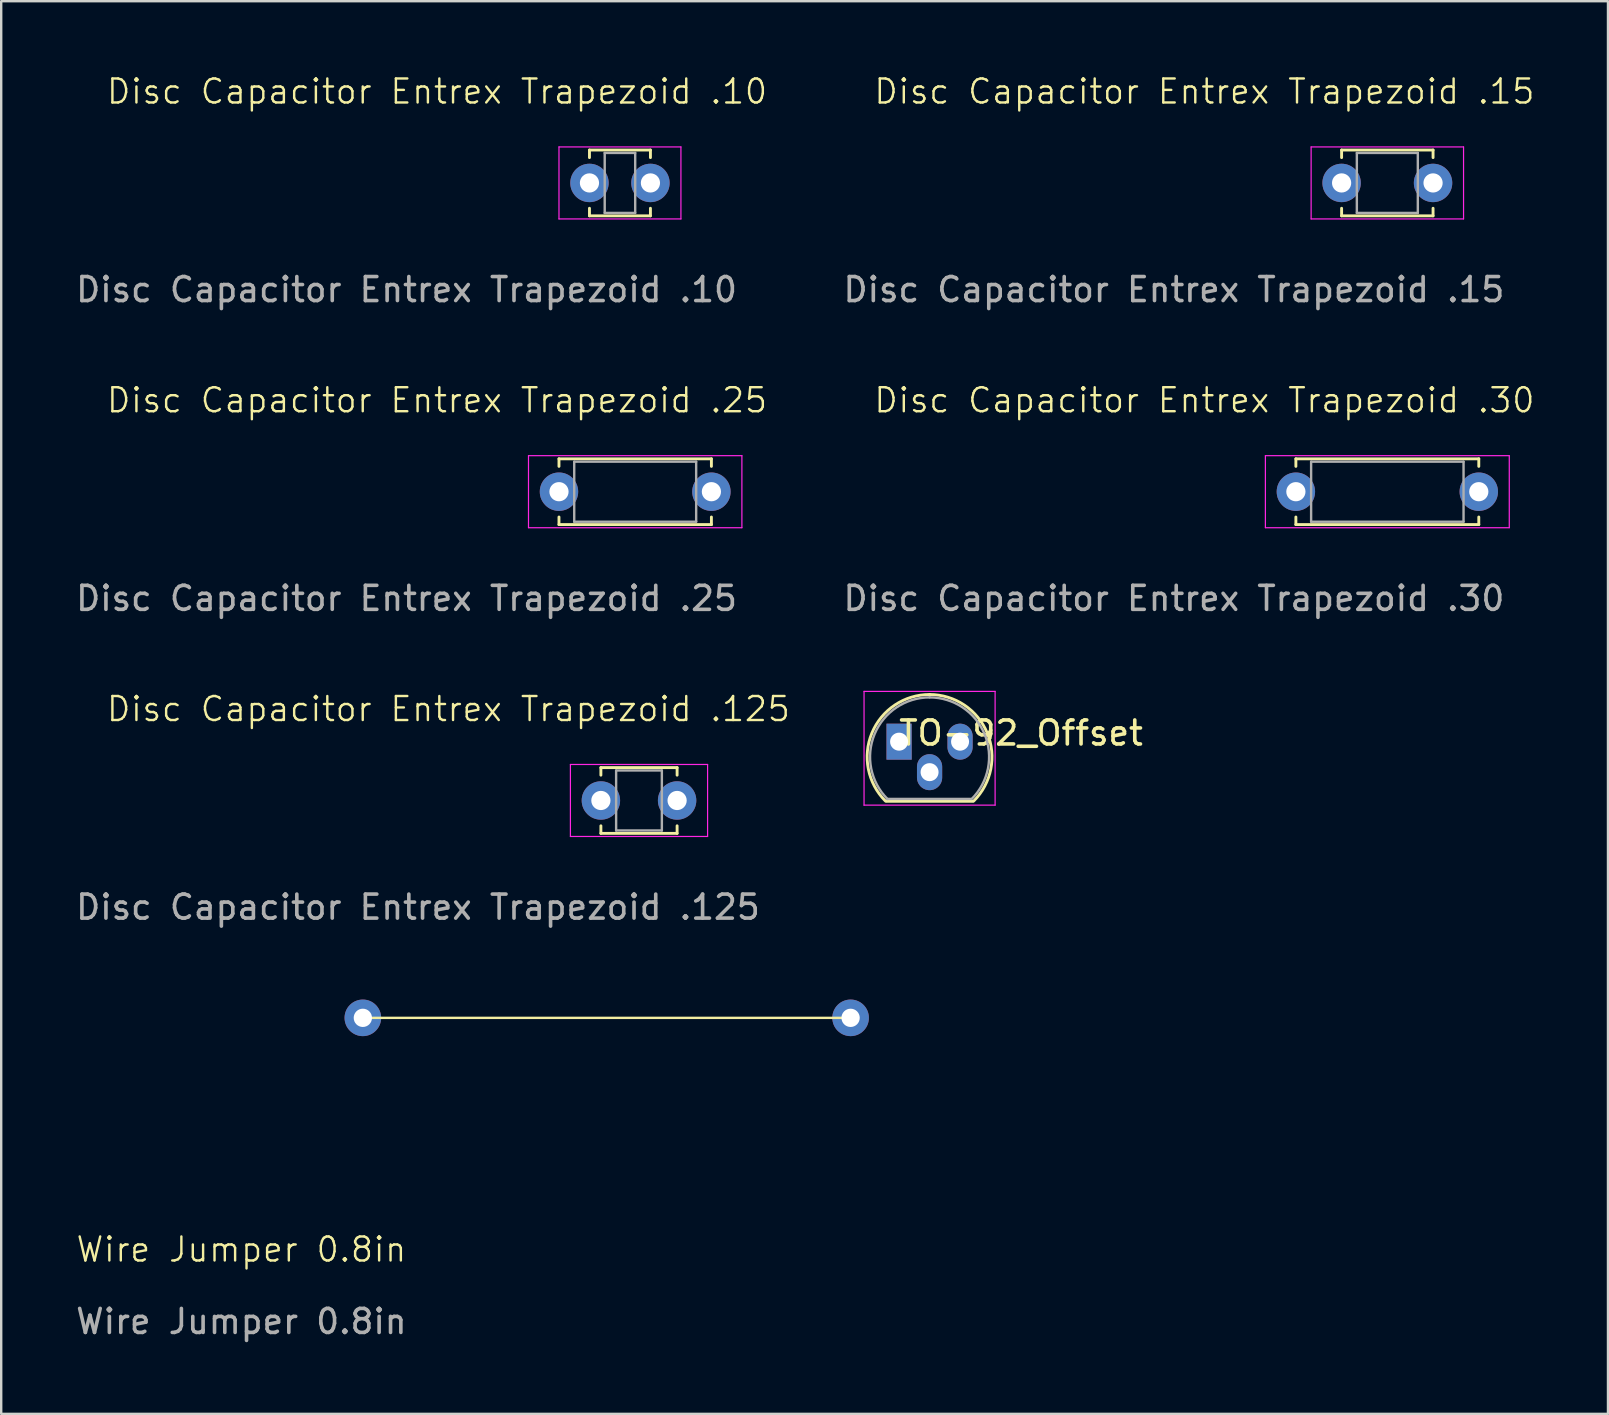
<source format=kicad_pcb>
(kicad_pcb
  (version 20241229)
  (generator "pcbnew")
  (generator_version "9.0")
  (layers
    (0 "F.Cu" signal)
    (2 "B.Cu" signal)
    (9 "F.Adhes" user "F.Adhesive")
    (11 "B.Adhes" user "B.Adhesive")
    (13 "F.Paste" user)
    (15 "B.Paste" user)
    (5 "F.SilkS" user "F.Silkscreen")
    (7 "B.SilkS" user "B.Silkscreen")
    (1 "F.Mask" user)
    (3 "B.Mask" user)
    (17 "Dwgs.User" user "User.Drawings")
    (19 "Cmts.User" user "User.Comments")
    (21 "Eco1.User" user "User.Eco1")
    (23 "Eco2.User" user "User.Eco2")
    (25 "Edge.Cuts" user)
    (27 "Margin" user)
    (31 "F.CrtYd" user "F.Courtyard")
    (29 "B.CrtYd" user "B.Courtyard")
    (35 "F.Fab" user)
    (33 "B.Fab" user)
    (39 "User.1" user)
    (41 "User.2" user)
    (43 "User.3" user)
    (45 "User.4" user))
  (footprint "Disc Capacitor Entrex Trapezoid .125"
    (layer "F.Cu")
    (at 23.253 30.298)
    (property "Reference" "Disc Capacitor Entrex Trapezoid .125" (at -7.62 -3.81 0) (unlocked yes) (layer "F.SilkS") (effects (font (size 1 1) (thickness 0.1))))
    (attr through_hole)
    (fp_line (start -1.27 -1.37) (end -1.27 -1.055) (stroke (width 0.12) (type solid)) (layer "F.SilkS"))
    (fp_line (start -1.27 -1.37) (end 1.905 -1.37) (stroke (width 0.12) (type solid)) (layer "F.SilkS"))
    (fp_line (start -1.27 1.055) (end -1.27 1.37) (stroke (width 0.12) (type solid)) (layer "F.SilkS"))
    (fp_line (start -1.27 1.37) (end 1.905 1.37) (stroke (width 0.12) (type solid)) (layer "F.SilkS"))
    (fp_line (start 1.905 -1.37) (end 1.905 -1.055) (stroke (width 0.12) (type solid)) (layer "F.SilkS"))
    (fp_line (start 1.905 1.055) (end 1.905 1.37) (stroke (width 0.12) (type solid)) (layer "F.SilkS"))
    (fp_line (start -2.54 -1.5) (end -2.54 1.5) (stroke (width 0.05) (type solid)) (layer "F.CrtYd"))
    (fp_line (start -2.54 1.5) (end 3.175 1.5) (stroke (width 0.05) (type solid)) (layer "F.CrtYd"))
    (fp_line (start 3.175 -1.5) (end -2.54 -1.5) (stroke (width 0.05) (type solid)) (layer "F.CrtYd"))
    (fp_line (start 3.175 1.5) (end 3.175 -1.5) (stroke (width 0.05) (type solid)) (layer "F.CrtYd"))
    (fp_line (start -0.635 -1.25) (end -0.635 1.25) (stroke (width 0.1) (type solid)) (layer "F.Fab"))
    (fp_line (start -0.635 1.25) (end 1.27 1.25) (stroke (width 0.1) (type solid)) (layer "F.Fab"))
    (fp_line (start 1.27 -1.25) (end -0.635 -1.25) (stroke (width 0.1) (type solid)) (layer "F.Fab"))
    (fp_line (start 1.27 1.25) (end 1.27 -1.25) (stroke (width 0.1) (type solid)) (layer "F.Fab"))
    (fp_text user "${REFERENCE}" (at -8.89 4.445 0) (unlocked yes) (layer "F.Fab") (effects (font (size 1 1) (thickness 0.15))))
    (pad "1" thru_hole circle (at -1.27 0) (size 1.6 1.6) (drill 0.8) (layers "*.Cu" "*.Mask"))
    (pad "2" thru_hole circle (at 1.905 0) (size 1.6 1.6) (drill 0.8) (layers "*.Cu" "*.Mask")))
  (footprint "Disc Capacitor Entrex Trapezoid .15"
    (layer "F.Cu")
    (at 54.746 4.571)
    (property "Reference" "Disc Capacitor Entrex Trapezoid .15" (at -7.62 -3.81 0) (unlocked yes) (layer "F.SilkS") (effects (font (size 1 1) (thickness 0.1))))
    (attr through_hole)
    (fp_line (start -1.905 -1.37) (end -1.905 -1.055) (stroke (width 0.12) (type solid)) (layer "F.SilkS"))
    (fp_line (start -1.905 -1.37) (end 1.905 -1.37) (stroke (width 0.12) (type solid)) (layer "F.SilkS"))
    (fp_line (start -1.905 1.055) (end -1.905 1.37) (stroke (width 0.12) (type solid)) (layer "F.SilkS"))
    (fp_line (start -1.905 1.37) (end 1.905 1.37) (stroke (width 0.12) (type solid)) (layer "F.SilkS"))
    (fp_line (start 1.905 -1.37) (end 1.905 -1.055) (stroke (width 0.12) (type solid)) (layer "F.SilkS"))
    (fp_line (start 1.905 1.055) (end 1.905 1.37) (stroke (width 0.12) (type solid)) (layer "F.SilkS"))
    (fp_line (start -3.175 -1.5) (end -3.175 1.5) (stroke (width 0.05) (type solid)) (layer "F.CrtYd"))
    (fp_line (start -3.175 1.5) (end 3.175 1.5) (stroke (width 0.05) (type solid)) (layer "F.CrtYd"))
    (fp_line (start 3.175 -1.5) (end -3.175 -1.5) (stroke (width 0.05) (type solid)) (layer "F.CrtYd"))
    (fp_line (start 3.175 1.5) (end 3.175 -1.5) (stroke (width 0.05) (type solid)) (layer "F.CrtYd"))
    (fp_line (start -1.27 -1.25) (end -1.27 1.25) (stroke (width 0.1) (type solid)) (layer "F.Fab"))
    (fp_line (start -1.27 1.25) (end 1.27 1.25) (stroke (width 0.1) (type solid)) (layer "F.Fab"))
    (fp_line (start 1.27 -1.25) (end -1.27 -1.25) (stroke (width 0.1) (type solid)) (layer "F.Fab"))
    (fp_line (start 1.27 1.25) (end 1.27 -1.25) (stroke (width 0.1) (type solid)) (layer "F.Fab"))
    (fp_text user "${REFERENCE}" (at -8.89 4.445 0) (unlocked yes) (layer "F.Fab") (effects (font (size 1 1) (thickness 0.15))))
    (pad "1" thru_hole circle (at -1.905 0) (size 1.6 1.6) (drill 0.8) (layers "*.Cu" "*.Mask"))
    (pad "2" thru_hole circle (at 1.905 0) (size 1.6 1.6) (drill 0.8) (layers "*.Cu" "*.Mask")))
  (footprint "Wire Jumper 0.8in"
    (layer "F.Cu")
    (at 22.226 41.893)
    (property "Reference" "Wire Jumper 0.8in" (at -15.22 7.11 0) (unlocked yes) (layer "F.SilkS") (effects (font (size 1 1) (thickness 0.1))))
    (attr through_hole)
    (fp_line (start -10.16 -2.54) (end 10.16 -2.54) (stroke (width 0.1) (type default)) (layer "F.SilkS"))
    (fp_text user "${REFERENCE}" (at -15.22 10.11 0) (unlocked yes) (layer "F.Fab") (effects (font (size 1 1) (thickness 0.15))))
    (pad "1" thru_hole circle (at -10.16 -2.54) (size 1.524 1.524) (drill 0.762) (layers "*.Cu" "*.Mask"))
    (pad "2" thru_hole circle (at 10.16 -2.54) (size 1.524 1.524) (drill 0.762) (layers "*.Cu" "*.Mask")))
  (footprint "Disc Capacitor Entrex Trapezoid .10"
    (layer "F.Cu")
    (at 22.777 4.571)
    (property "Reference" "Disc Capacitor Entrex Trapezoid .10" (at -7.62 -3.81 0) (unlocked yes) (layer "F.SilkS") (effects (font (size 1 1) (thickness 0.1))))
    (attr through_hole)
    (fp_line (start -1.27 -1.37) (end -1.27 -1.055) (stroke (width 0.12) (type solid)) (layer "F.SilkS"))
    (fp_line (start -1.27 -1.37) (end 1.27 -1.37) (stroke (width 0.12) (type solid)) (layer "F.SilkS"))
    (fp_line (start -1.27 1.055) (end -1.27 1.37) (stroke (width 0.12) (type solid)) (layer "F.SilkS"))
    (fp_line (start -1.27 1.37) (end 1.27 1.37) (stroke (width 0.12) (type solid)) (layer "F.SilkS"))
    (fp_line (start 1.27 -1.37) (end 1.27 -1.055) (stroke (width 0.12) (type solid)) (layer "F.SilkS"))
    (fp_line (start 1.27 1.055) (end 1.27 1.37) (stroke (width 0.12) (type solid)) (layer "F.SilkS"))
    (fp_line (start -2.54 -1.5) (end -2.54 1.5) (stroke (width 0.05) (type solid)) (layer "F.CrtYd"))
    (fp_line (start -2.54 1.5) (end 2.54 1.5) (stroke (width 0.05) (type solid)) (layer "F.CrtYd"))
    (fp_line (start 2.54 -1.5) (end -2.54 -1.5) (stroke (width 0.05) (type solid)) (layer "F.CrtYd"))
    (fp_line (start 2.54 1.5) (end 2.54 -1.5) (stroke (width 0.05) (type solid)) (layer "F.CrtYd"))
    (fp_line (start -0.635 -1.25) (end -0.635 1.25) (stroke (width 0.1) (type solid)) (layer "F.Fab"))
    (fp_line (start -0.635 1.25) (end 0.635 1.25) (stroke (width 0.1) (type solid)) (layer "F.Fab"))
    (fp_line (start 0.635 -1.25) (end -0.635 -1.25) (stroke (width 0.1) (type solid)) (layer "F.Fab"))
    (fp_line (start 0.635 1.25) (end 0.635 -1.25) (stroke (width 0.1) (type solid)) (layer "F.Fab"))
    (fp_text user "${REFERENCE}" (at -8.89 4.445 0) (unlocked yes) (layer "F.Fab") (effects (font (size 1 1) (thickness 0.15))))
    (pad "1" thru_hole circle (at -1.27 0) (size 1.6 1.6) (drill 0.8) (layers "*.Cu" "*.Mask"))
    (pad "2" thru_hole circle (at 1.27 0) (size 1.6 1.6) (drill 0.8) (layers "*.Cu" "*.Mask")))
  (footprint "TO-92_Offset"
    (layer "F.Cu")
    (at 34.406 28.483)
    (property "Reference" "TO-92_Offset" (at 5.08 -0.995 180) (layer "F.SilkS") (effects (font (size 1 1) (thickness 0.15))))
    (attr through_hole)
    (fp_line (start -0.53 1.85) (end 3.07 1.85) (stroke (width 0.12) (type solid)) (layer "F.SilkS"))
    (fp_arc (start -0.568478 1.838478) (mid -1.132087 -0.994977) (end 1.27 -2.6) (stroke (width 0.12) (type solid)) (layer "F.SilkS"))
    (fp_arc (start 1.27 -2.6) (mid 3.672087 -0.994977) (end 3.108478 1.838478) (stroke (width 0.12) (type solid)) (layer "F.SilkS"))
    (fp_line (start -1.46 -2.73) (end -1.46 2.01) (stroke (width 0.05) (type solid)) (layer "F.CrtYd"))
    (fp_line (start -1.46 -2.73) (end 4 -2.73) (stroke (width 0.05) (type solid)) (layer "F.CrtYd"))
    (fp_line (start 4 2.01) (end -1.46 2.01) (stroke (width 0.05) (type solid)) (layer "F.CrtYd"))
    (fp_line (start 4 2.01) (end 4 -2.73) (stroke (width 0.05) (type solid)) (layer "F.CrtYd"))
    (fp_line (start -0.5 1.75) (end 3 1.75) (stroke (width 0.1) (type solid)) (layer "F.Fab"))
    (fp_arc (start -0.483625 1.753625) (mid -1.021221 -0.949055) (end 1.27 -2.48) (stroke (width 0.1) (type solid)) (layer "F.Fab"))
    (fp_arc (start 1.27 -2.48) (mid 3.561221 -0.949055) (end 3.023625 1.753625) (stroke (width 0.1) (type solid)) (layer "F.Fab"))
    (pad "1" thru_hole rect (at 0 -0.635) (size 1.05 1.5) (drill 0.75) (layers "*.Cu" "*.Mask"))
    (pad "2" thru_hole oval (at 1.27 0.635) (size 1.05 1.5) (drill 0.75) (layers "*.Cu" "*.Mask"))
    (pad "3" thru_hole oval (at 2.54 -0.635) (size 1.05 1.5) (drill 0.75) (layers "*.Cu" "*.Mask")))
  (footprint "Disc Capacitor Entrex Trapezoid .30"
    (layer "F.Cu")
    (at 54.746 17.434)
    (property "Reference" "Disc Capacitor Entrex Trapezoid .30" (at -7.62 -3.81 0) (unlocked yes) (layer "F.SilkS") (effects (font (size 1 1) (thickness 0.1))))
    (attr through_hole)
    (fp_line (start -3.81 -1.37) (end -3.81 -1.055) (stroke (width 0.12) (type solid)) (layer "F.SilkS"))
    (fp_line (start -3.81 -1.37) (end 3.81 -1.37) (stroke (width 0.12) (type solid)) (layer "F.SilkS"))
    (fp_line (start -3.81 1.055) (end -3.81 1.37) (stroke (width 0.12) (type solid)) (layer "F.SilkS"))
    (fp_line (start -3.81 1.37) (end 3.81 1.37) (stroke (width 0.12) (type solid)) (layer "F.SilkS"))
    (fp_line (start 3.81 -1.37) (end 3.81 -1.055) (stroke (width 0.12) (type solid)) (layer "F.SilkS"))
    (fp_line (start 3.81 1.055) (end 3.81 1.37) (stroke (width 0.12) (type solid)) (layer "F.SilkS"))
    (fp_line (start -5.08 -1.5) (end -5.08 1.5) (stroke (width 0.05) (type solid)) (layer "F.CrtYd"))
    (fp_line (start -5.08 1.5) (end 5.08 1.5) (stroke (width 0.05) (type solid)) (layer "F.CrtYd"))
    (fp_line (start 5.08 -1.5) (end -5.08 -1.5) (stroke (width 0.05) (type solid)) (layer "F.CrtYd"))
    (fp_line (start 5.08 1.5) (end 5.08 -1.5) (stroke (width 0.05) (type solid)) (layer "F.CrtYd"))
    (fp_line (start -3.175 -1.25) (end -3.175 1.25) (stroke (width 0.1) (type solid)) (layer "F.Fab"))
    (fp_line (start -3.175 1.25) (end 3.175 1.25) (stroke (width 0.1) (type solid)) (layer "F.Fab"))
    (fp_line (start 3.175 -1.25) (end -3.175 -1.25) (stroke (width 0.1) (type solid)) (layer "F.Fab"))
    (fp_line (start 3.175 1.25) (end 3.175 -1.25) (stroke (width 0.1) (type solid)) (layer "F.Fab"))
    (fp_text user "${REFERENCE}" (at -8.89 4.445 0) (unlocked yes) (layer "F.Fab") (effects (font (size 1 1) (thickness 0.15))))
    (pad "1" thru_hole circle (at -3.81 0) (size 1.6 1.6) (drill 0.8) (layers "*.Cu" "*.Mask"))
    (pad "2" thru_hole circle (at 3.81 0) (size 1.6 1.6) (drill 0.8) (layers "*.Cu" "*.Mask")))
  (footprint "Disc Capacitor Entrex Trapezoid .25"
    (layer "F.Cu")
    (at 22.777 17.434)
    (property "Reference" "Disc Capacitor Entrex Trapezoid .25" (at -7.62 -3.81 0) (unlocked yes) (layer "F.SilkS") (effects (font (size 1 1) (thickness 0.1))))
    (attr through_hole)
    (fp_line (start -2.54 -1.37) (end -2.54 -1.055) (stroke (width 0.12) (type solid)) (layer "F.SilkS"))
    (fp_line (start -2.54 -1.37) (end 3.81 -1.37) (stroke (width 0.12) (type solid)) (layer "F.SilkS"))
    (fp_line (start -2.54 1.055) (end -2.54 1.37) (stroke (width 0.12) (type solid)) (layer "F.SilkS"))
    (fp_line (start -2.54 1.37) (end 3.81 1.37) (stroke (width 0.12) (type solid)) (layer "F.SilkS"))
    (fp_line (start 3.81 -1.37) (end 3.81 -1.055) (stroke (width 0.12) (type solid)) (layer "F.SilkS"))
    (fp_line (start 3.81 1.055) (end 3.81 1.37) (stroke (width 0.12) (type solid)) (layer "F.SilkS"))
    (fp_line (start -3.81 -1.5) (end -3.81 1.5) (stroke (width 0.05) (type solid)) (layer "F.CrtYd"))
    (fp_line (start -3.81 1.5) (end 5.08 1.5) (stroke (width 0.05) (type solid)) (layer "F.CrtYd"))
    (fp_line (start 5.08 -1.5) (end -3.81 -1.5) (stroke (width 0.05) (type solid)) (layer "F.CrtYd"))
    (fp_line (start 5.08 1.5) (end 5.08 -1.5) (stroke (width 0.05) (type solid)) (layer "F.CrtYd"))
    (fp_line (start -1.905 -1.25) (end -1.905 1.25) (stroke (width 0.1) (type solid)) (layer "F.Fab"))
    (fp_line (start -1.905 1.25) (end 3.175 1.25) (stroke (width 0.1) (type solid)) (layer "F.Fab"))
    (fp_line (start 3.175 -1.25) (end -1.905 -1.25) (stroke (width 0.1) (type solid)) (layer "F.Fab"))
    (fp_line (start 3.175 1.25) (end 3.175 -1.25) (stroke (width 0.1) (type solid)) (layer "F.Fab"))
    (fp_text user "${REFERENCE}" (at -8.89 4.445 0) (unlocked yes) (layer "F.Fab") (effects (font (size 1 1) (thickness 0.15))))
    (pad "1" thru_hole circle (at -2.54 0) (size 1.6 1.6) (drill 0.8) (layers "*.Cu" "*.Mask"))
    (pad "2" thru_hole circle (at 3.81 0) (size 1.6 1.6) (drill 0.8) (layers "*.Cu" "*.Mask")))
  (gr_rect
    (start -3 -3)
    (end 63.938 55.852)
    (stroke (width 0.1) (type default))
    (fill no)
    (layer "Edge.Cuts")))
</source>
